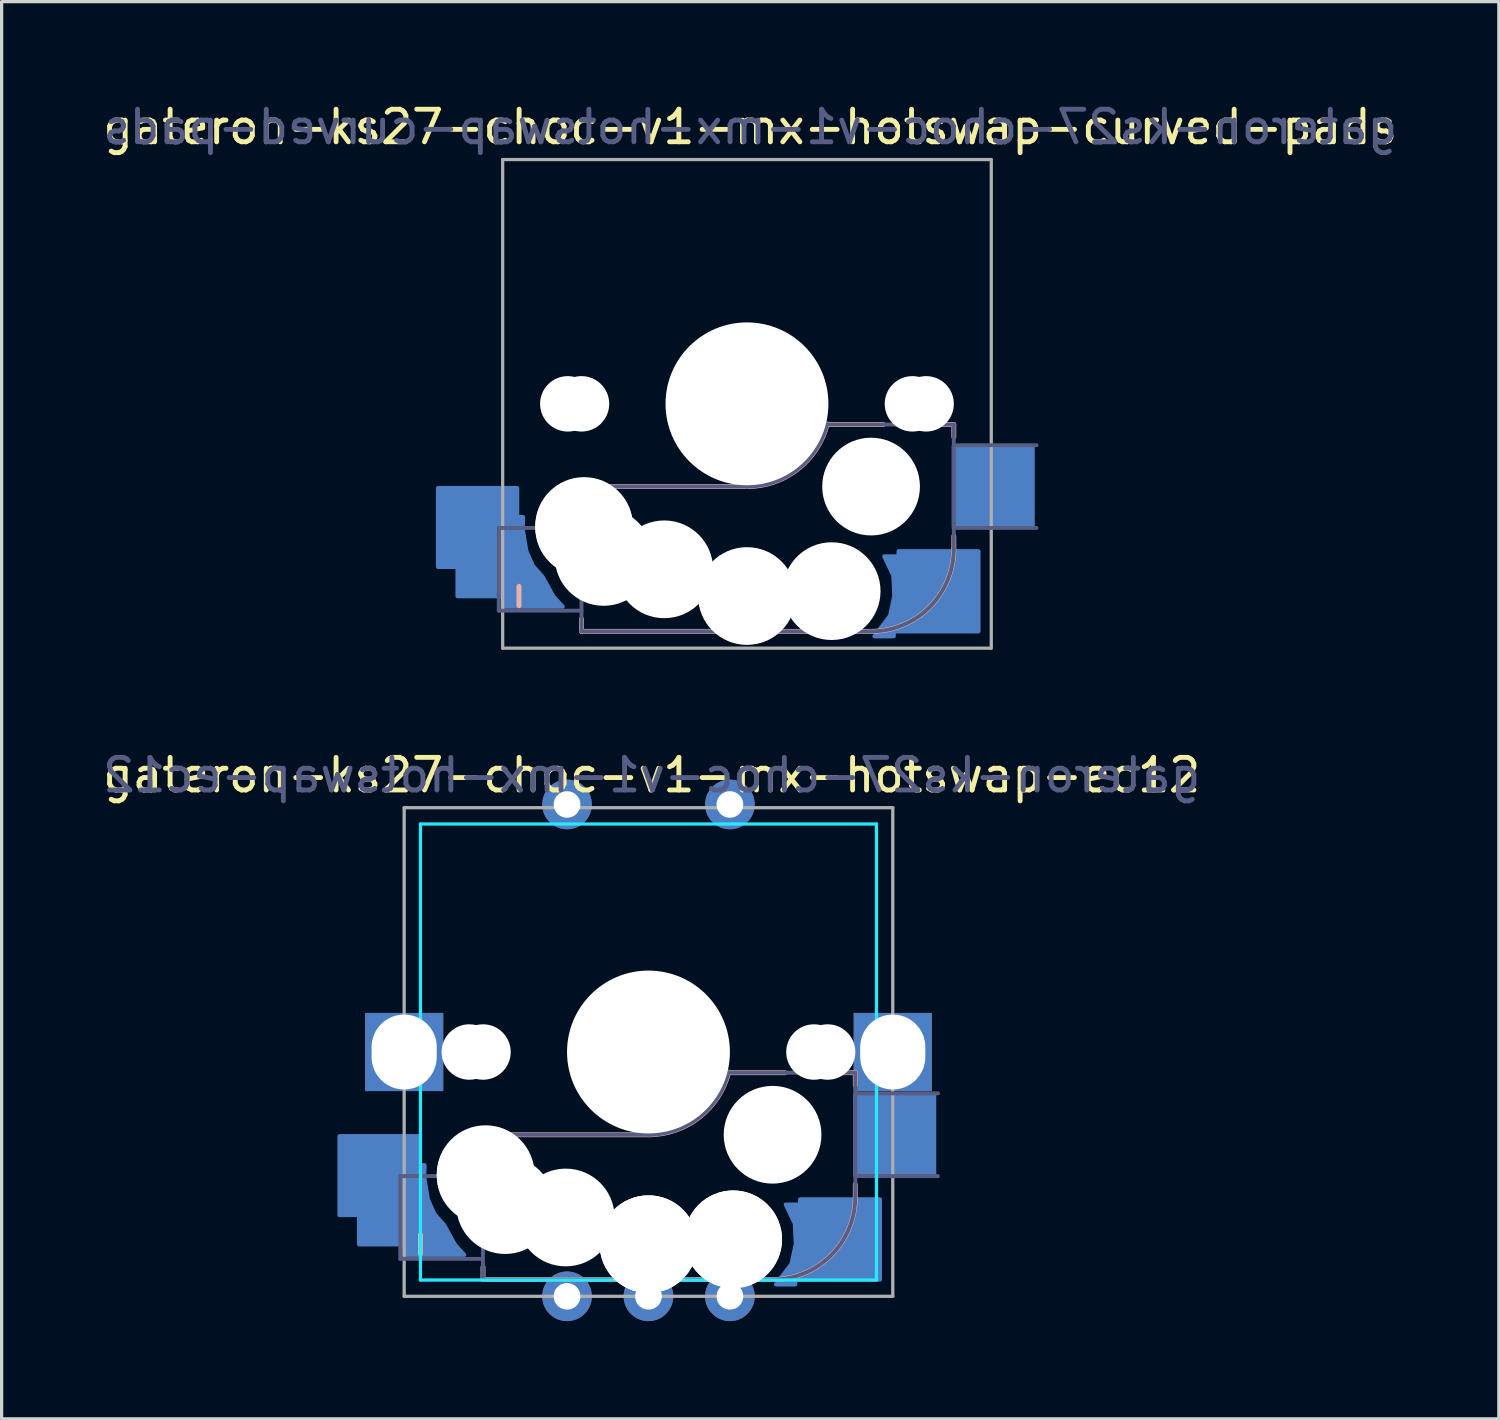
<source format=kicad_pcb>
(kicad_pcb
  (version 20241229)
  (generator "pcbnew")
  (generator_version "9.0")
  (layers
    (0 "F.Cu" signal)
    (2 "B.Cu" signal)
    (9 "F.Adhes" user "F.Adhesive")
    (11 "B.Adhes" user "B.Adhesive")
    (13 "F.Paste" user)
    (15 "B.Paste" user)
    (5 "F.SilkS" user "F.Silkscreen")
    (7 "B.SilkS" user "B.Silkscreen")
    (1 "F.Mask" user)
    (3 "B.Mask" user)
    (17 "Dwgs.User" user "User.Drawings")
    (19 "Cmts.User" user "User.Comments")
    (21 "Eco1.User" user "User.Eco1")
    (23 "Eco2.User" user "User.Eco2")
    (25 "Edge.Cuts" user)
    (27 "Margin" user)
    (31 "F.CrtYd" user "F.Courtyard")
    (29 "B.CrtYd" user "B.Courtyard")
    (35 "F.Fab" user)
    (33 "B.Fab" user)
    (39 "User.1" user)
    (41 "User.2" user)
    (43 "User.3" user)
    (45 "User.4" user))
  (footprint "gateron-ks27-choc-v1-mx-hotswap-curved-pads"
    (layer "F.Cu")
    (at 19.882 9.348)
    (property "Reference" "gateron-ks27-choc-v1-mx-hotswap-curved-pads" (at 0.1 -8.5 0) (unlocked yes) (layer "F.SilkS") (effects (font (size 1 1) (thickness 0.15))))
    (attr through_hole)
    (fp_line (start -7 5.6) (end -7 6.2) (stroke (width 0.15) (type solid)) (layer "B.SilkS"))
    (fp_line (start -5.08 2.54) (end 0 2.54) (stroke (width 0.15) (type solid)) (layer "B.SilkS"))
    (fp_line (start -5.08 3.556) (end -5.08 2.54) (stroke (width 0.15) (type solid)) (layer "B.SilkS"))
    (fp_line (start -5.08 6.985) (end -5.08 6.604) (stroke (width 0.15) (type solid)) (layer "B.SilkS"))
    (fp_line (start 2.464 0.635) (end 4.191 0.635) (stroke (width 0.15) (type solid)) (layer "B.SilkS"))
    (fp_line (start 3.81 6.985) (end -5.08 6.985) (stroke (width 0.15) (type solid)) (layer "B.SilkS"))
    (fp_line (start 5.969 0.635) (end 6.35 0.635) (stroke (width 0.15) (type solid)) (layer "B.SilkS"))
    (fp_line (start 6.35 1.016) (end 6.35 0.635) (stroke (width 0.15) (type solid)) (layer "B.SilkS"))
    (fp_line (start 6.35 4.445) (end 6.35 4.064) (stroke (width 0.15) (type solid)) (layer "B.SilkS"))
    (fp_arc (start 2.464162 0.61604) (mid 1.563147 2.002042) (end 0 2.54) (stroke (width 0.15) (type solid)) (layer "B.SilkS"))
    (fp_arc (start 6.35 4.445) (mid 5.606051 6.241051) (end 3.81 6.985) (stroke (width 0.15) (type solid)) (layer "B.SilkS"))
    (fp_line (start -7 -7) (end -7 7) (stroke (width 0.12) (type solid)) (layer "Eco2.User"))
    (fp_line (start -7 7) (end 7 7) (stroke (width 0.12) (type solid)) (layer "Eco2.User"))
    (fp_line (start 7 -7) (end -7 -7) (stroke (width 0.12) (type solid)) (layer "Eco2.User"))
    (fp_line (start 7 7) (end 7 -7) (stroke (width 0.12) (type solid)) (layer "Eco2.User"))
    (fp_line (start -7.62 3.81) (end -5.08 3.81) (stroke (width 0.12) (type solid)) (layer "B.Fab"))
    (fp_line (start -7.62 6.35) (end -7.62 3.81) (stroke (width 0.12) (type solid)) (layer "B.Fab"))
    (fp_line (start -5.08 2.54) (end 0 2.54) (stroke (width 0.12) (type solid)) (layer "B.Fab"))
    (fp_line (start -5.08 6.35) (end -7.62 6.35) (stroke (width 0.12) (type solid)) (layer "B.Fab"))
    (fp_line (start -5.08 6.985) (end -5.08 2.54) (stroke (width 0.12) (type solid)) (layer "B.Fab"))
    (fp_line (start 3.81 6.985) (end -5.08 6.985) (stroke (width 0.12) (type solid)) (layer "B.Fab"))
    (fp_line (start 6.35 0.635) (end 2.54 0.635) (stroke (width 0.12) (type solid)) (layer "B.Fab"))
    (fp_line (start 6.35 0.635) (end 6.35 4.445) (stroke (width 0.12) (type solid)) (layer "B.Fab"))
    (fp_line (start 6.35 1.27) (end 8.89 1.27) (stroke (width 0.12) (type solid)) (layer "B.Fab"))
    (fp_line (start 8.89 3.81) (end 6.35 3.81) (stroke (width 0.12) (type solid)) (layer "B.Fab"))
    (fp_arc (start 2.464162 0.61604) (mid 1.563147 2.002042) (end 0 2.54) (stroke (width 0.12) (type solid)) (layer "B.Fab"))
    (fp_arc (start 6.35 4.445) (mid 5.606051 6.241051) (end 3.81 6.985) (stroke (width 0.12) (type solid)) (layer "B.Fab"))
    (fp_line (start -7.5 -7.5) (end -7.5 7.5) (stroke (width 0.1) (type solid)) (layer "F.Fab"))
    (fp_line (start -7.5 7.5) (end 7.5 7.5) (stroke (width 0.1) (type solid)) (layer "F.Fab"))
    (fp_line (start 7.5 -7.5) (end -7.5 -7.5) (stroke (width 0.1) (type solid)) (layer "F.Fab"))
    (fp_line (start 7.5 7.5) (end 7.5 -7.5) (stroke (width 0.1) (type solid)) (layer "F.Fab"))
    (fp_text user "${REFERENCE}" (at 0.1 -8.5 0) (layer "B.Fab") (effects (font (size 1 1) (thickness 0.15)) (justify mirror)))
    (pad "" np_thru_hole circle (at -5.5 0) (size 1.702 1.702) (drill 1.702) (layers "*.Cu" "*.Mask"))
    (pad "" np_thru_hole circle (at -5.08 0 180) (size 1.702 1.702) (drill 1.702) (layers "*.Cu" "*.Mask"))
    (pad "" np_thru_hole circle (at -5 3.75) (size 3 3) (drill 3) (layers "*.Cu" "*.Mask"))
    (pad "" np_thru_hole circle (at -5 3.8) (size 3 3) (drill 3) (layers "*.Cu" "*.Mask"))
    (pad "" np_thru_hole circle (at -4.4 4.7) (size 3 3) (drill 3) (layers "*.Cu" "*.Mask"))
    (pad "" np_thru_hole circle (at -2.54 5.08 180) (size 3 3) (drill 3) (layers "*.Cu" "*.Mask"))
    (pad "" np_thru_hole circle (at 0 0) (size 5 5) (drill 5) (layers "*.Cu" "*.Mask"))
    (pad "" np_thru_hole circle (at 0 5.9) (size 3 3) (drill 3) (layers "*.Cu" "*.Mask"))
    (pad "" np_thru_hole circle (at 2.6 5.75) (size 3 3) (drill 3) (layers "*.Cu" "*.Mask"))
    (pad "" np_thru_hole circle (at 3.81 2.54 180) (size 3 3) (drill 3) (layers "*.Cu" "*.Mask"))
    (pad "" np_thru_hole circle (at 5.08 0 180) (size 1.702 1.702) (drill 1.702) (layers "*.Cu" "*.Mask"))
    (pad "" np_thru_hole circle (at 5.5 0) (size 1.702 1.702) (drill 1.702) (layers "*.Cu" "*.Mask"))
    (pad "1" smd custom (at -8.08 3.72 180) (size 1.403 1.309) (layers "B.Cu" "B.Mask" "B.Paste") (options (anchor rect)) (primitives (gr_poly (pts (xy -2.43 -2.51) (xy -0.58 -2.51) (xy -0.58 -2.19) (xy 0.81 -2.19) (xy 0.81 -1.29) (xy 1.41 -1.29) (xy 1.41 1.14) (xy -1.03 1.14) (xy -1.03 0.25) (xy -1.21 0.25) (xy -1.2 -0.13) (xy -1.31 -0.8) (xy -1.51 -1.25) (xy -1.81 -1.59) (xy -2.14 -2.19)) (width 0.12) (fill yes))))
    (pad "2" smd custom (at 5.72 5.75) (size 1.25 1.21) (layers "B.Cu" "B.Mask" "B.Paste") (options (anchor rect)) (primitives (gr_poly (pts (xy -1.51 -1.07) (xy -1.07 -1.07) (xy -1.07 -1.23) (xy 1.39 -1.23) (xy 1.39 1.24) (xy -1.21 1.24) (xy -1.21 1.39) (xy -1.81 1.39) (xy -1.33 0.75) (xy -1.2 0.14) (xy -1.23 -0.48)) (width 0.12) (fill yes))))
    (pad "2" smd rect (at 7.56 2.54 180) (size 2.55 2.5) (layers "B.Cu" "B.Mask" "B.Paste")))
  (footprint "gateron-ks27-choc-v1-mx-hotswap-ec12"
    (layer "F.Cu")
    (at 16.858 29.247)
    (property "Reference" "gateron-ks27-choc-v1-mx-hotswap-ec12" (at 0.1 -8.5 0) (unlocked yes) (layer "F.SilkS") (effects (font (size 1 1) (thickness 0.15))))
    (attr through_hole)
    (fp_line (start -7 5.6) (end -7 6.2) (stroke (width 0.15) (type solid)) (layer "B.SilkS"))
    (fp_line (start -5.08 2.54) (end 0 2.54) (stroke (width 0.15) (type solid)) (layer "B.SilkS"))
    (fp_line (start -5.08 3.556) (end -5.08 2.54) (stroke (width 0.15) (type solid)) (layer "B.SilkS"))
    (fp_line (start -5.08 6.985) (end -5.08 6.604) (stroke (width 0.15) (type solid)) (layer "B.SilkS"))
    (fp_line (start 2.464 0.635) (end 4.191 0.635) (stroke (width 0.15) (type solid)) (layer "B.SilkS"))
    (fp_line (start 3.81 6.985) (end -5.08 6.985) (stroke (width 0.15) (type solid)) (layer "B.SilkS"))
    (fp_line (start 5.969 0.635) (end 6.35 0.635) (stroke (width 0.15) (type solid)) (layer "B.SilkS"))
    (fp_line (start 6.35 1.016) (end 6.35 0.635) (stroke (width 0.15) (type solid)) (layer "B.SilkS"))
    (fp_line (start 6.35 4.445) (end 6.35 4.064) (stroke (width 0.15) (type solid)) (layer "B.SilkS"))
    (fp_arc (start 2.464162 0.61604) (mid 1.563147 2.002042) (end 0 2.54) (stroke (width 0.15) (type solid)) (layer "B.SilkS"))
    (fp_arc (start 6.35 4.445) (mid 5.606051 6.241051) (end 3.81 6.985) (stroke (width 0.15) (type solid)) (layer "B.SilkS"))
    (fp_line (start -7 -7) (end -7 7) (stroke (width 0.12) (type solid)) (layer "Eco2.User"))
    (fp_line (start -7 7) (end 7 7) (stroke (width 0.12) (type solid)) (layer "Eco2.User"))
    (fp_line (start 7 -7) (end -7 -7) (stroke (width 0.12) (type solid)) (layer "Eco2.User"))
    (fp_line (start 7 7) (end 7 -7) (stroke (width 0.12) (type solid)) (layer "Eco2.User"))
    (fp_line (start -7 -7) (end -7 7) (stroke (width 0.1) (type default)) (layer "B.CrtYd"))
    (fp_line (start -7 -7) (end 7 -7) (stroke (width 0.1) (type default)) (layer "B.CrtYd"))
    (fp_line (start -7 7) (end 7 7) (stroke (width 0.1) (type default)) (layer "B.CrtYd"))
    (fp_line (start 7 7) (end 7 -7) (stroke (width 0.1) (type default)) (layer "B.CrtYd"))
    (fp_line (start -7.62 3.81) (end -5.08 3.81) (stroke (width 0.12) (type solid)) (layer "B.Fab"))
    (fp_line (start -7.62 6.35) (end -7.62 3.81) (stroke (width 0.12) (type solid)) (layer "B.Fab"))
    (fp_line (start -5.08 2.54) (end 0 2.54) (stroke (width 0.12) (type solid)) (layer "B.Fab"))
    (fp_line (start -5.08 6.35) (end -7.62 6.35) (stroke (width 0.12) (type solid)) (layer "B.Fab"))
    (fp_line (start -5.08 6.985) (end -5.08 2.54) (stroke (width 0.12) (type solid)) (layer "B.Fab"))
    (fp_line (start 3.81 6.985) (end -5.08 6.985) (stroke (width 0.12) (type solid)) (layer "B.Fab"))
    (fp_line (start 6.35 0.635) (end 2.54 0.635) (stroke (width 0.12) (type solid)) (layer "B.Fab"))
    (fp_line (start 6.35 0.635) (end 6.35 4.445) (stroke (width 0.12) (type solid)) (layer "B.Fab"))
    (fp_line (start 6.35 1.27) (end 8.89 1.27) (stroke (width 0.12) (type solid)) (layer "B.Fab"))
    (fp_line (start 8.89 3.81) (end 6.35 3.81) (stroke (width 0.12) (type solid)) (layer "B.Fab"))
    (fp_arc (start 2.464162 0.61604) (mid 1.563147 2.002042) (end 0 2.54) (stroke (width 0.12) (type solid)) (layer "B.Fab"))
    (fp_arc (start 6.35 4.445) (mid 5.606051 6.241051) (end 3.81 6.985) (stroke (width 0.12) (type solid)) (layer "B.Fab"))
    (fp_line (start -7.5 -7.5) (end -7.5 7.5) (stroke (width 0.1) (type solid)) (layer "F.Fab"))
    (fp_line (start -7.5 7.5) (end 7.5 7.5) (stroke (width 0.1) (type solid)) (layer "F.Fab"))
    (fp_line (start 7.5 -7.5) (end -7.5 -7.5) (stroke (width 0.1) (type solid)) (layer "F.Fab"))
    (fp_line (start 7.5 7.5) (end 7.5 -7.5) (stroke (width 0.1) (type solid)) (layer "F.Fab"))
    (fp_text user "${REFERENCE}" (at 0.1 -8.5 0) (layer "B.Fab") (effects (font (size 1 1) (thickness 0.15)) (justify mirror)))
    (pad "" thru_hole rect (at -7.5 0 270) (size 2.4 2.4) (drill oval 2.3 2) (layers "*.Cu" "*.Mask"))
    (pad "" np_thru_hole circle (at -5.5 0) (size 1.702 1.702) (drill 1.702) (layers "*.Cu" "*.Mask"))
    (pad "" np_thru_hole circle (at -5.08 0 180) (size 1.702 1.702) (drill 1.702) (layers "*.Cu" "*.Mask"))
    (pad "" np_thru_hole circle (at -5 3.75) (size 3 3) (drill 3) (layers "*.Cu" "*.Mask"))
    (pad "" np_thru_hole circle (at -5 3.8) (size 3 3) (drill 3) (layers "*.Cu" "*.Mask"))
    (pad "" np_thru_hole circle (at -4.4 4.7) (size 3 3) (drill 3) (layers "*.Cu" "*.Mask"))
    (pad "" np_thru_hole circle (at -2.54 5.08 180) (size 3 3) (drill 3) (layers "*.Cu" "*.Mask"))
    (pad "" np_thru_hole circle (at 0 0) (size 5 5) (drill 5) (layers "*.Cu" "*.Mask"))
    (pad "" np_thru_hole circle (at 0 5.9) (size 3 3) (drill 3) (layers "*.Cu" "*.Mask"))
    (pad "" np_thru_hole circle (at 0 5.9) (size 3 3) (drill 3) (layers "*.Cu" "*.Mask"))
    (pad "" np_thru_hole circle (at 2.6 5.75) (size 3 3) (drill 3) (layers "*.Cu" "*.Mask"))
    (pad "" np_thru_hole circle (at 2.6 5.75) (size 3 3) (drill 3) (layers "*.Cu" "*.Mask"))
    (pad "" np_thru_hole circle (at 3.81 2.54 180) (size 3 3) (drill 3) (layers "*.Cu" "*.Mask"))
    (pad "" np_thru_hole circle (at 5.08 0 180) (size 1.702 1.702) (drill 1.702) (layers "*.Cu" "*.Mask"))
    (pad "" np_thru_hole circle (at 5.5 0) (size 1.702 1.702) (drill 1.702) (layers "*.Cu" "*.Mask"))
    (pad "" thru_hole rect (at 7.5 0 270) (size 2.4 2.4) (drill oval 2.3 2) (layers "*.Cu" "*.Mask"))
    (pad "1" smd custom (at -8.08 3.72 180) (size 1.403 1.309) (layers "B.Cu" "B.Mask" "B.Paste") (options (anchor rect)) (primitives (gr_poly (pts (xy -2.43 -2.51) (xy -0.58 -2.51) (xy -0.58 -2.19) (xy 0.81 -2.19) (xy 0.81 -1.29) (xy 1.41 -1.29) (xy 1.41 1.14) (xy -1.03 1.14) (xy -1.03 0.25) (xy -1.21 0.25) (xy -1.2 -0.13) (xy -1.31 -0.8) (xy -1.51 -1.25) (xy -1.81 -1.59) (xy -2.14 -2.19)) (width 0.12) (fill yes))))
    (pad "1" thru_hole circle (at 2.5 -7.6) (size 1.524 1.524) (drill oval 0.82 0.813) (layers "*.Cu" "*.Mask"))
    (pad "2" thru_hole circle (at -2.5 -7.6) (size 1.524 1.524) (drill oval 0.82 0.813) (layers "*.Cu" "*.Mask"))
    (pad "2" smd custom (at 5.72 5.75) (size 1.25 1.21) (layers "B.Cu" "B.Mask" "B.Paste") (options (anchor rect)) (primitives (gr_poly (pts (xy -1.51 -1.07) (xy -1.07 -1.07) (xy -1.07 -1.23) (xy 1.39 -1.23) (xy 1.39 1.24) (xy -1.21 1.24) (xy -1.21 1.39) (xy -1.81 1.39) (xy -1.33 0.75) (xy -1.2 0.14) (xy -1.23 -0.48)) (width 0.12) (fill yes))))
    (pad "2" smd rect (at 7.56 2.54 180) (size 2.55 2.5) (layers "B.Cu" "B.Mask" "B.Paste"))
    (pad "A" thru_hole circle (at -2.5 7.5) (size 1.524 1.524) (drill oval 0.82 0.813) (layers "*.Cu" "*.Mask"))
    (pad "B" thru_hole circle (at 2.5 7.5) (size 1.524 1.524) (drill oval 0.82 0.813) (layers "*.Cu" "*.Mask"))
    (pad "C" thru_hole circle (at 0 7.5) (size 1.524 1.524) (drill oval 0.82 0.813) (layers "*.Cu" "*.Mask")))
  (gr_rect
    (start -3 -3)
    (end 42.964 40.508)
    (stroke (width 0.1) (type default))
    (fill no)
    (layer "Edge.Cuts")))
</source>
